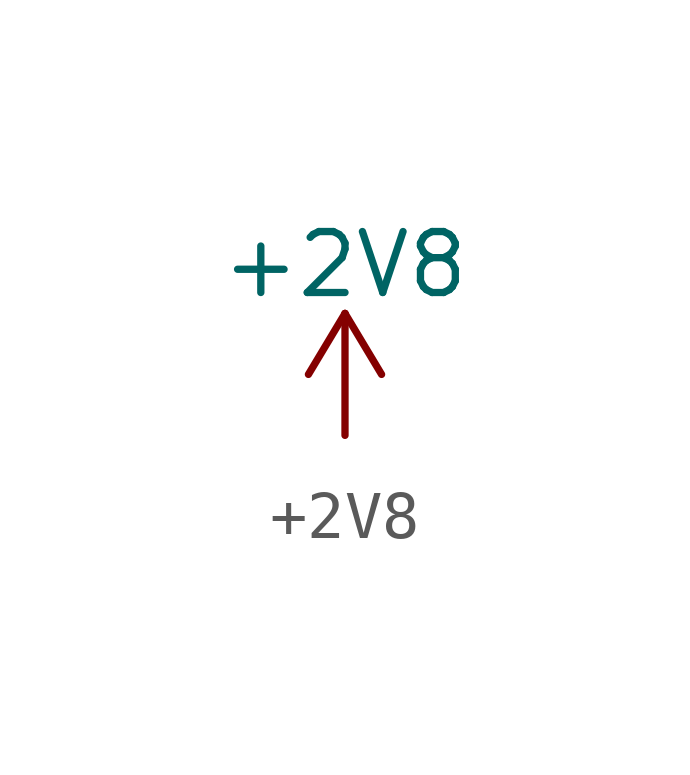
<source format=kicad_sym>
(kicad_symbol_lib
  (version 20211014)
  (generator kicad_symbol_editor)
  (symbol "power1:+2V8"
    (power)
    (pin_names
      (offset 0))
    (property "Reference" "#PWR"
      (at 0 -3.81 0)
      (effects (font (size 1.27 1.27)) hide))
    (property "Value" "+2V8"
      (at 0 3.556 0)
      (effects (font (size 1.27 1.27))))
    (symbol "+2V8_0_1"
      (polyline (pts (xy -0.762 1.27) (xy 0 2.54)) (stroke (width 0) (type default) (color 0 0 0 0)) (fill (type none)))
      (polyline (pts (xy 0 0) (xy 0 2.54)) (stroke (width 0) (type default) (color 0 0 0 0)) (fill (type none)))
      (polyline (pts (xy 0 2.54) (xy 0.762 1.27)) (stroke (width 0) (type default) (color 0 0 0 0)) (fill (type none))))
    (symbol "+2V8_1_1"
      (pin power_in line (at 0 0 90) (length 0) hide (name "+2V8" (effects (font (size 1.27 1.27)))) (number "1" (effects (font (size 1.27 1.27))))))))
</source>
